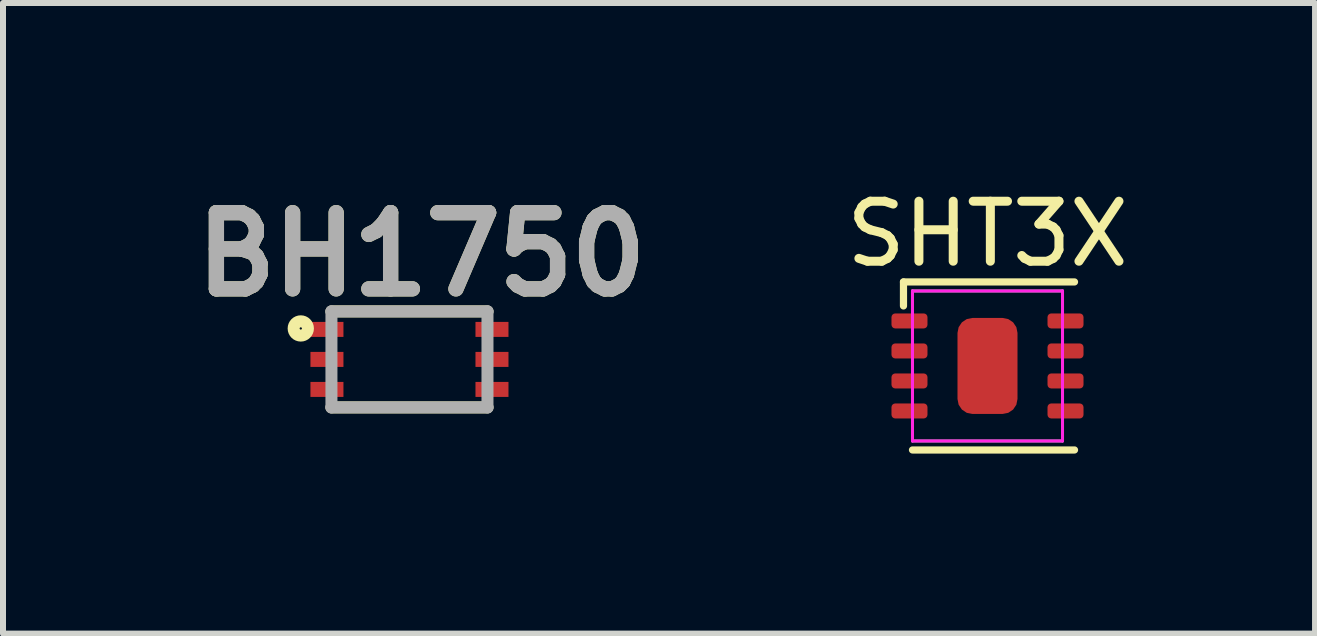
<source format=kicad_pcb>
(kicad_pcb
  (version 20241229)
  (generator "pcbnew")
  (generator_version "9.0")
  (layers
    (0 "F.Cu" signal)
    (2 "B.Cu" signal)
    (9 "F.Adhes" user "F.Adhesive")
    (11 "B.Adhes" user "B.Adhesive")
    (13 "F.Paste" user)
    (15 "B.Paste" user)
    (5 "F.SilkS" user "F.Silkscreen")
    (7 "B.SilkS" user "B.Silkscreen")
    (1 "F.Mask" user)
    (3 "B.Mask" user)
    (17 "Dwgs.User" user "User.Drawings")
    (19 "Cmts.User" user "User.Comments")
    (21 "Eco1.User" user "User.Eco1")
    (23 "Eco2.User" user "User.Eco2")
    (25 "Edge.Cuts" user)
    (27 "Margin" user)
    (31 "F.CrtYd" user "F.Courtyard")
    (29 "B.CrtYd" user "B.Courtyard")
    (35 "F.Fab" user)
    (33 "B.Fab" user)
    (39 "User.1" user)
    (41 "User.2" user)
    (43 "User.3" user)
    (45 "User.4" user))
  (footprint "BH1750"
    (layer "F.Cu")
    (at 3.773 2.939)
    (property "Reference" "BH1750" (at 0.2 -1.75 0) (layer "F.SilkS") (effects (font (size 1.27 1.27) (thickness 0.254))))
    (attr smd)
    (fp_line (start -1.3 -0.8) (end 1.3 -0.8) (stroke (width 0.2) (type solid)) (layer "F.SilkS"))
    (fp_line (start 1.3 0.8) (end -1.3 0.8) (stroke (width 0.2) (type solid)) (layer "F.SilkS"))
    (fp_circle (center -1.811 -0.516) (end -1.811 -0.497) (stroke (width 0.2) (type solid)) (fill no) (layer "F.SilkS"))
    (fp_line (start -1.3 -0.8) (end 1.3 -0.8) (stroke (width 0.2) (type solid)) (layer "F.Fab"))
    (fp_line (start -1.3 0.8) (end -1.3 -0.8) (stroke (width 0.2) (type solid)) (layer "F.Fab"))
    (fp_line (start 1.3 -0.8) (end 1.3 0.8) (stroke (width 0.2) (type solid)) (layer "F.Fab"))
    (fp_line (start 1.3 0.8) (end -1.3 0.8) (stroke (width 0.2) (type solid)) (layer "F.Fab"))
    (fp_text user "${REFERENCE}" (at 0.2 -1.75 0) (layer "F.Fab") (effects (font (size 1.27 1.27) (thickness 0.254))))
    (pad "1" smd rect (at -1.375 -0.5 90) (size 0.25 0.55) (layers "F.Cu" "F.Mask" "F.Paste"))
    (pad "2" smd rect (at -1.375 0 90) (size 0.25 0.55) (layers "F.Cu" "F.Mask" "F.Paste"))
    (pad "3" smd rect (at -1.375 0.5 90) (size 0.25 0.55) (layers "F.Cu" "F.Mask" "F.Paste"))
    (pad "4" smd rect (at 1.375 0.5 90) (size 0.25 0.55) (layers "F.Cu" "F.Mask" "F.Paste"))
    (pad "5" smd rect (at 1.375 0 90) (size 0.25 0.55) (layers "F.Cu" "F.Mask" "F.Paste"))
    (pad "6" smd rect (at 1.375 -0.5 90) (size 0.25 0.55) (layers "F.Cu" "F.Mask" "F.Paste")))
  (footprint "SHT3X"
    (layer "F.Cu")
    (at 13.405 3.048)
    (property "Reference" "SHT3X" (at 0 -2.2 0) (layer "F.SilkS") (effects (font (size 1 1) (thickness 0.15))))
    (attr through_hole)
    (fp_line (start -1.4 -1.4) (end 1.45 -1.4) (stroke (width 0.12) (type solid)) (layer "F.SilkS"))
    (fp_line (start -1.4 -1) (end -1.4 -1.4) (stroke (width 0.12) (type solid)) (layer "F.SilkS"))
    (fp_line (start -1.25 1.4) (end 1.45 1.4) (stroke (width 0.12) (type solid)) (layer "F.SilkS"))
    (fp_line (start -1.25 -1.25) (end -1.25 1.25) (stroke (width 0.05) (type solid)) (layer "F.CrtYd"))
    (fp_line (start -1.25 -1.25) (end 1.25 -1.25) (stroke (width 0.05) (type solid)) (layer "F.CrtYd"))
    (fp_line (start -1.25 1.25) (end 1.25 1.25) (stroke (width 0.05) (type solid)) (layer "F.CrtYd"))
    (fp_line (start 1.25 -1.25) (end 1.25 1.25) (stroke (width 0.05) (type solid)) (layer "F.CrtYd"))
    (fp_line (start -1.25 -1.25) (end -1.25 1.25) (stroke (width 0.05) (type solid)) (layer "F.Fab"))
    (fp_line (start -1.25 -1.25) (end 1.25 -1.25) (stroke (width 0.05) (type solid)) (layer "F.Fab"))
    (fp_line (start -1.25 1.25) (end 1.25 1.25) (stroke (width 0.05) (type solid)) (layer "F.Fab"))
    (fp_line (start 1.25 1.25) (end 1.25 -1.25) (stroke (width 0.05) (type solid)) (layer "F.Fab"))
    (pad "1" smd roundrect (at -1.3 -0.75) (size 0.6 0.25) (layers "F.Cu" "F.Mask" "F.Paste") (roundrect_rratio 0.25))
    (pad "2" smd roundrect (at -1.3 -0.25) (size 0.6 0.25) (layers "F.Cu" "F.Mask" "F.Paste") (roundrect_rratio 0.25))
    (pad "3" smd roundrect (at -1.3 0.25) (size 0.6 0.25) (layers "F.Cu" "F.Mask" "F.Paste") (roundrect_rratio 0.25))
    (pad "4" smd roundrect (at -1.3 0.75) (size 0.6 0.25) (layers "F.Cu" "F.Mask" "F.Paste") (roundrect_rratio 0.25))
    (pad "5" smd roundrect (at 1.3 0.75) (size 0.6 0.25) (layers "F.Cu" "F.Mask" "F.Paste") (roundrect_rratio 0.25))
    (pad "6" smd roundrect (at 1.3 0.25) (size 0.6 0.25) (layers "F.Cu" "F.Mask" "F.Paste") (roundrect_rratio 0.25))
    (pad "7" smd roundrect (at 1.3 -0.25) (size 0.6 0.25) (layers "F.Cu" "F.Mask" "F.Paste") (roundrect_rratio 0.25))
    (pad "8" smd roundrect (at 1.3 -0.75) (size 0.6 0.25) (layers "F.Cu" "F.Mask" "F.Paste") (roundrect_rratio 0.25))
    (pad "9" smd roundrect (at 0 0) (size 1 1.6) (layers "F.Cu" "F.Mask" "F.Paste") (roundrect_rratio 0.25)))
  (gr_rect
    (start -3 -3)
    (end 18.863 7.508)
    (stroke (width 0.1) (type default))
    (fill no)
    (layer "Edge.Cuts")))
</source>
